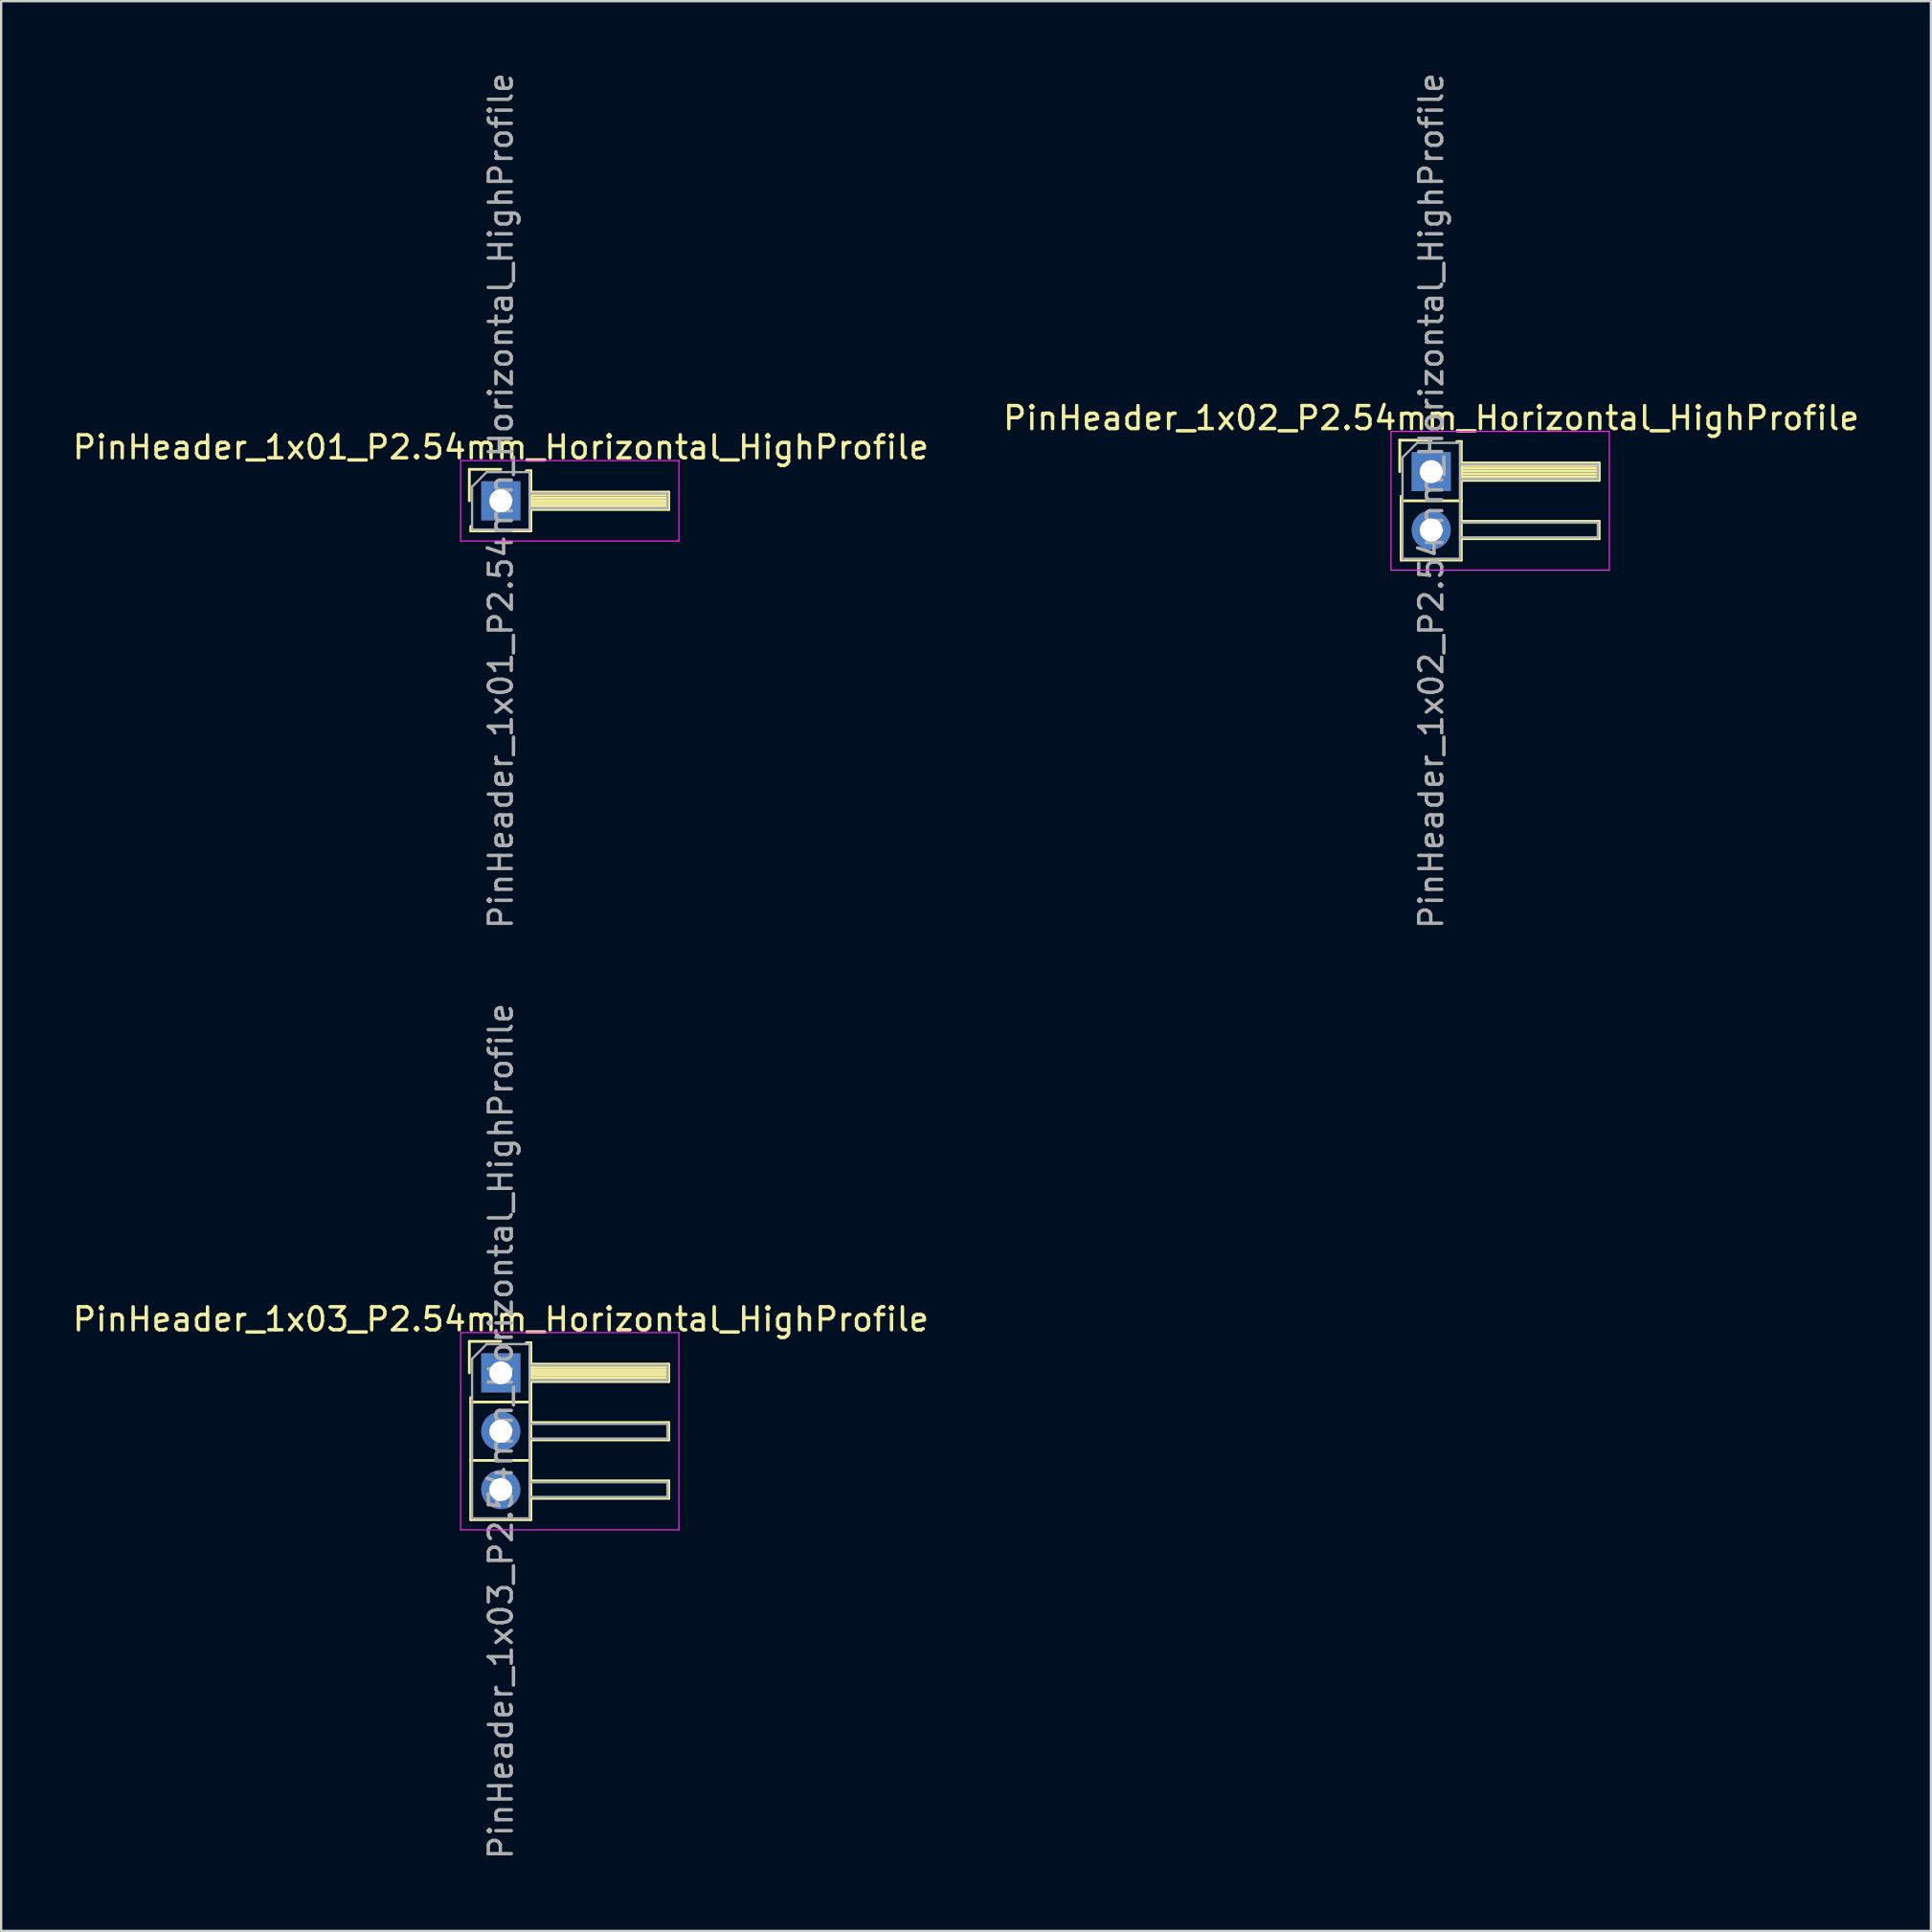
<source format=kicad_pcb>
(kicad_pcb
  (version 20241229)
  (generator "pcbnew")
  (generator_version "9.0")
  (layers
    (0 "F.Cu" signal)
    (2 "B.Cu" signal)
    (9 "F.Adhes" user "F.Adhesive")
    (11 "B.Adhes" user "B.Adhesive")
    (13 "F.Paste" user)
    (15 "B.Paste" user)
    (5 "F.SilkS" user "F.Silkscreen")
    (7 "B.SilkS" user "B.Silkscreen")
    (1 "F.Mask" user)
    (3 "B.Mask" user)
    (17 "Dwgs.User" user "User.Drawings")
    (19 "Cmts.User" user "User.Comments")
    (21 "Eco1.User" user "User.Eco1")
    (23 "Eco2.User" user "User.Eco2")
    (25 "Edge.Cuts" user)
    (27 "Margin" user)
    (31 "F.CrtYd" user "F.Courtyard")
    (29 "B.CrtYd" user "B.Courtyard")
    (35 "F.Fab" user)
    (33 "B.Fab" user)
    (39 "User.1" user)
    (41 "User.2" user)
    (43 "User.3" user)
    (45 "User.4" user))
  (footprint "PinHeader_1x03_P2.54mm_Horizontal_HighProfile"
    (layer "F.Cu")
    (at 18.744 56.692)
    (property "Reference" "PinHeader_1x03_P2.54mm_Horizontal_HighProfile" (at 0 -2.33 0) (layer "F.SilkS") (effects (font (size 1 1) (thickness 0.15))))
    (attr through_hole)
    (fp_line (start -1.37 -1.37) (end -1.37 0) (stroke (width 0.12) (type solid)) (layer "F.SilkS"))
    (fp_line (start -1.37 -1.37) (end 0 -1.37) (stroke (width 0.12) (type solid)) (layer "F.SilkS"))
    (fp_line (start -1.31 1.27) (end -1.31 1.07) (stroke (width 0.12) (type solid)) (layer "F.SilkS"))
    (fp_line (start -1.31 1.27) (end -1.31 3.81) (stroke (width 0.12) (type solid)) (layer "F.SilkS"))
    (fp_line (start -1.31 1.27) (end 1.31 1.27) (stroke (width 0.12) (type solid)) (layer "F.SilkS"))
    (fp_line (start -1.31 3.81) (end -1.31 6.39) (stroke (width 0.12) (type solid)) (layer "F.SilkS"))
    (fp_line (start -1.31 3.81) (end 1.31 3.81) (stroke (width 0.12) (type solid)) (layer "F.SilkS"))
    (fp_line (start -1.31 6.39) (end 1.31 6.39) (stroke (width 0.12) (type solid)) (layer "F.SilkS"))
    (fp_line (start 1.11 -1.31) (end 1.31 -1.31) (stroke (width 0.12) (type solid)) (layer "F.SilkS"))
    (fp_line (start 1.31 -1.31) (end 1.31 1.31) (stroke (width 0.12) (type solid)) (layer "F.SilkS"))
    (fp_line (start 1.31 -0.38) (end 7.31 -0.38) (stroke (width 0.12) (type solid)) (layer "F.SilkS"))
    (fp_line (start 1.31 -0.26) (end 7.31 -0.26) (stroke (width 0.12) (type solid)) (layer "F.SilkS"))
    (fp_line (start 1.31 -0.14) (end 7.31 -0.14) (stroke (width 0.12) (type solid)) (layer "F.SilkS"))
    (fp_line (start 1.31 -0.02) (end 7.31 -0.02) (stroke (width 0.12) (type solid)) (layer "F.SilkS"))
    (fp_line (start 1.31 0.1) (end 7.31 0.1) (stroke (width 0.12) (type solid)) (layer "F.SilkS"))
    (fp_line (start 1.31 0.22) (end 7.31 0.22) (stroke (width 0.12) (type solid)) (layer "F.SilkS"))
    (fp_line (start 1.31 0.34) (end 7.31 0.34) (stroke (width 0.12) (type solid)) (layer "F.SilkS"))
    (fp_line (start 1.31 0.38) (end 7.31 0.38) (stroke (width 0.12) (type solid)) (layer "F.SilkS"))
    (fp_line (start 1.31 1.27) (end 1.31 3.81) (stroke (width 0.12) (type solid)) (layer "F.SilkS"))
    (fp_line (start 1.31 2.16) (end 7.31 2.16) (stroke (width 0.12) (type solid)) (layer "F.SilkS"))
    (fp_line (start 1.31 2.92) (end 7.31 2.92) (stroke (width 0.12) (type solid)) (layer "F.SilkS"))
    (fp_line (start 1.31 3.81) (end 1.31 6.39) (stroke (width 0.12) (type solid)) (layer "F.SilkS"))
    (fp_line (start 1.31 4.7) (end 7.31 4.7) (stroke (width 0.12) (type solid)) (layer "F.SilkS"))
    (fp_line (start 1.31 5.46) (end 7.31 5.46) (stroke (width 0.12) (type solid)) (layer "F.SilkS"))
    (fp_line (start 7.31 -0.38) (end 7.31 0.38) (stroke (width 0.12) (type solid)) (layer "F.SilkS"))
    (fp_line (start 7.31 2.16) (end 7.31 2.92) (stroke (width 0.12) (type solid)) (layer "F.SilkS"))
    (fp_line (start 7.31 4.7) (end 7.31 5.46) (stroke (width 0.12) (type solid)) (layer "F.SilkS"))
    (fp_line (start -1.75 -1.75) (end -1.75 6.83) (stroke (width 0.05) (type solid)) (layer "F.CrtYd"))
    (fp_line (start -1.75 -1.75) (end 7.75 -1.75) (stroke (width 0.05) (type solid)) (layer "F.CrtYd"))
    (fp_line (start -1.75 6.83) (end 7.75 6.83) (stroke (width 0.05) (type solid)) (layer "F.CrtYd"))
    (fp_line (start 7.75 -1.75) (end 7.75 6.83) (stroke (width 0.05) (type solid)) (layer "F.CrtYd"))
    (fp_line (start -1.25 -0.615) (end -1.25 6.33) (stroke (width 0.1) (type solid)) (layer "F.Fab"))
    (fp_line (start -1.25 -0.615) (end -0.615 -1.25) (stroke (width 0.1) (type solid)) (layer "F.Fab"))
    (fp_line (start -1.25 6.33) (end 1.25 6.33) (stroke (width 0.1) (type solid)) (layer "F.Fab"))
    (fp_line (start -0.615 -1.25) (end 1.25 -1.25) (stroke (width 0.1) (type solid)) (layer "F.Fab"))
    (fp_line (start 1.25 -1.25) (end 1.25 6.33) (stroke (width 0.1) (type solid)) (layer "F.Fab"))
    (fp_line (start 1.25 -0.32) (end 7.25 -0.32) (stroke (width 0.1) (type solid)) (layer "F.Fab"))
    (fp_line (start 1.25 0.32) (end 7.25 0.32) (stroke (width 0.1) (type solid)) (layer "F.Fab"))
    (fp_line (start 1.25 2.22) (end 7.25 2.22) (stroke (width 0.1) (type solid)) (layer "F.Fab"))
    (fp_line (start 1.25 2.86) (end 7.25 2.86) (stroke (width 0.1) (type solid)) (layer "F.Fab"))
    (fp_line (start 1.25 4.76) (end 7.25 4.76) (stroke (width 0.1) (type solid)) (layer "F.Fab"))
    (fp_line (start 1.25 5.4) (end 7.25 5.4) (stroke (width 0.1) (type solid)) (layer "F.Fab"))
    (fp_line (start 7.25 -0.32) (end 7.25 0.32) (stroke (width 0.1) (type solid)) (layer "F.Fab"))
    (fp_line (start 7.25 2.22) (end 7.25 2.86) (stroke (width 0.1) (type solid)) (layer "F.Fab"))
    (fp_line (start 7.25 4.76) (end 7.25 5.4) (stroke (width 0.1) (type solid)) (layer "F.Fab"))
    (fp_text user "${REFERENCE}" (at 0 2.54 90) (layer "F.Fab") (effects (font (size 1 1) (thickness 0.15))))
    (pad "1" thru_hole rect (at 0 0) (size 1.7 1.7) (drill 1) (layers "*.Cu" "*.Mask"))
    (pad "2" thru_hole oval (at 0 2.54) (size 1.7 1.7) (drill 1) (layers "*.Cu" "*.Mask"))
    (pad "3" thru_hole oval (at 0 5.08) (size 1.7 1.7) (drill 1) (layers "*.Cu" "*.Mask")))
  (footprint "PinHeader_1x02_P2.54mm_Horizontal_HighProfile"
    (layer "F.Cu")
    (at 59.232 17.474)
    (property "Reference" "PinHeader_1x02_P2.54mm_Horizontal_HighProfile" (at 0 -2.33 0) (layer "F.SilkS") (effects (font (size 1 1) (thickness 0.15))))
    (attr through_hole)
    (fp_line (start -1.37 -1.37) (end -1.37 0) (stroke (width 0.12) (type solid)) (layer "F.SilkS"))
    (fp_line (start -1.37 -1.37) (end 0 -1.37) (stroke (width 0.12) (type solid)) (layer "F.SilkS"))
    (fp_line (start -1.31 1.27) (end -1.31 1.07) (stroke (width 0.12) (type solid)) (layer "F.SilkS"))
    (fp_line (start -1.31 1.27) (end -1.31 3.85) (stroke (width 0.12) (type solid)) (layer "F.SilkS"))
    (fp_line (start -1.31 1.27) (end 1.31 1.27) (stroke (width 0.12) (type solid)) (layer "F.SilkS"))
    (fp_line (start -1.31 3.85) (end 1.31 3.85) (stroke (width 0.12) (type solid)) (layer "F.SilkS"))
    (fp_line (start 1.11 -1.31) (end 1.31 -1.31) (stroke (width 0.12) (type solid)) (layer "F.SilkS"))
    (fp_line (start 1.31 -1.31) (end 1.31 1.31) (stroke (width 0.12) (type solid)) (layer "F.SilkS"))
    (fp_line (start 1.31 -0.38) (end 7.31 -0.38) (stroke (width 0.12) (type solid)) (layer "F.SilkS"))
    (fp_line (start 1.31 -0.26) (end 7.31 -0.26) (stroke (width 0.12) (type solid)) (layer "F.SilkS"))
    (fp_line (start 1.31 -0.14) (end 7.31 -0.14) (stroke (width 0.12) (type solid)) (layer "F.SilkS"))
    (fp_line (start 1.31 -0.02) (end 7.31 -0.02) (stroke (width 0.12) (type solid)) (layer "F.SilkS"))
    (fp_line (start 1.31 0.1) (end 7.31 0.1) (stroke (width 0.12) (type solid)) (layer "F.SilkS"))
    (fp_line (start 1.31 0.22) (end 7.31 0.22) (stroke (width 0.12) (type solid)) (layer "F.SilkS"))
    (fp_line (start 1.31 0.34) (end 7.31 0.34) (stroke (width 0.12) (type solid)) (layer "F.SilkS"))
    (fp_line (start 1.31 0.38) (end 7.31 0.38) (stroke (width 0.12) (type solid)) (layer "F.SilkS"))
    (fp_line (start 1.31 1.27) (end 1.31 3.85) (stroke (width 0.12) (type solid)) (layer "F.SilkS"))
    (fp_line (start 1.31 2.16) (end 7.31 2.16) (stroke (width 0.12) (type solid)) (layer "F.SilkS"))
    (fp_line (start 1.31 2.92) (end 7.31 2.92) (stroke (width 0.12) (type solid)) (layer "F.SilkS"))
    (fp_line (start 7.31 -0.38) (end 7.31 0.38) (stroke (width 0.12) (type solid)) (layer "F.SilkS"))
    (fp_line (start 7.31 2.16) (end 7.31 2.92) (stroke (width 0.12) (type solid)) (layer "F.SilkS"))
    (fp_line (start -1.75 -1.75) (end -1.75 4.29) (stroke (width 0.05) (type solid)) (layer "F.CrtYd"))
    (fp_line (start -1.75 -1.75) (end 7.75 -1.75) (stroke (width 0.05) (type solid)) (layer "F.CrtYd"))
    (fp_line (start -1.75 4.29) (end 7.75 4.29) (stroke (width 0.05) (type solid)) (layer "F.CrtYd"))
    (fp_line (start 7.75 -1.75) (end 7.75 4.29) (stroke (width 0.05) (type solid)) (layer "F.CrtYd"))
    (fp_line (start -1.25 -0.615) (end -1.25 3.79) (stroke (width 0.1) (type solid)) (layer "F.Fab"))
    (fp_line (start -1.25 -0.615) (end -0.615 -1.25) (stroke (width 0.1) (type solid)) (layer "F.Fab"))
    (fp_line (start -1.25 3.79) (end 1.25 3.79) (stroke (width 0.1) (type solid)) (layer "F.Fab"))
    (fp_line (start -0.615 -1.25) (end 1.25 -1.25) (stroke (width 0.1) (type solid)) (layer "F.Fab"))
    (fp_line (start 1.25 -1.25) (end 1.25 3.79) (stroke (width 0.1) (type solid)) (layer "F.Fab"))
    (fp_line (start 1.25 -0.32) (end 7.25 -0.32) (stroke (width 0.1) (type solid)) (layer "F.Fab"))
    (fp_line (start 1.25 0.32) (end 7.25 0.32) (stroke (width 0.1) (type solid)) (layer "F.Fab"))
    (fp_line (start 1.25 2.22) (end 7.25 2.22) (stroke (width 0.1) (type solid)) (layer "F.Fab"))
    (fp_line (start 1.25 2.86) (end 7.25 2.86) (stroke (width 0.1) (type solid)) (layer "F.Fab"))
    (fp_line (start 7.25 -0.32) (end 7.25 0.32) (stroke (width 0.1) (type solid)) (layer "F.Fab"))
    (fp_line (start 7.25 2.22) (end 7.25 2.86) (stroke (width 0.1) (type solid)) (layer "F.Fab"))
    (fp_text user "${REFERENCE}" (at 0 1.27 90) (layer "F.Fab") (effects (font (size 1 1) (thickness 0.15))))
    (pad "1" thru_hole rect (at 0 0) (size 1.7 1.7) (drill 1) (layers "*.Cu" "*.Mask"))
    (pad "2" thru_hole oval (at 0 2.54) (size 1.7 1.7) (drill 1) (layers "*.Cu" "*.Mask")))
  (footprint "PinHeader_1x01_P2.54mm_Horizontal_HighProfile"
    (layer "F.Cu")
    (at 18.744 18.744)
    (property "Reference" "PinHeader_1x01_P2.54mm_Horizontal_HighProfile" (at 0 -2.33 0) (layer "F.SilkS") (effects (font (size 1 1) (thickness 0.15))))
    (attr through_hole)
    (fp_line (start -1.37 -1.37) (end -1.37 0) (stroke (width 0.12) (type solid)) (layer "F.SilkS"))
    (fp_line (start -1.37 -1.37) (end 0 -1.37) (stroke (width 0.12) (type solid)) (layer "F.SilkS"))
    (fp_line (start -1.31 1.31) (end -1.31 1.11) (stroke (width 0.12) (type solid)) (layer "F.SilkS"))
    (fp_line (start -1.31 1.31) (end 1.31 1.31) (stroke (width 0.12) (type solid)) (layer "F.SilkS"))
    (fp_line (start 1.11 -1.31) (end 1.31 -1.31) (stroke (width 0.12) (type solid)) (layer "F.SilkS"))
    (fp_line (start 1.31 -1.31) (end 1.31 1.31) (stroke (width 0.12) (type solid)) (layer "F.SilkS"))
    (fp_line (start 1.31 -0.38) (end 7.31 -0.38) (stroke (width 0.12) (type solid)) (layer "F.SilkS"))
    (fp_line (start 1.31 -0.26) (end 7.31 -0.26) (stroke (width 0.12) (type solid)) (layer "F.SilkS"))
    (fp_line (start 1.31 -0.14) (end 7.31 -0.14) (stroke (width 0.12) (type solid)) (layer "F.SilkS"))
    (fp_line (start 1.31 -0.02) (end 7.31 -0.02) (stroke (width 0.12) (type solid)) (layer "F.SilkS"))
    (fp_line (start 1.31 0.1) (end 7.31 0.1) (stroke (width 0.12) (type solid)) (layer "F.SilkS"))
    (fp_line (start 1.31 0.22) (end 7.31 0.22) (stroke (width 0.12) (type solid)) (layer "F.SilkS"))
    (fp_line (start 1.31 0.34) (end 7.31 0.34) (stroke (width 0.12) (type solid)) (layer "F.SilkS"))
    (fp_line (start 1.31 0.38) (end 7.31 0.38) (stroke (width 0.12) (type solid)) (layer "F.SilkS"))
    (fp_line (start 7.31 -0.38) (end 7.31 0.38) (stroke (width 0.12) (type solid)) (layer "F.SilkS"))
    (fp_line (start -1.75 -1.75) (end -1.75 1.75) (stroke (width 0.05) (type solid)) (layer "F.CrtYd"))
    (fp_line (start -1.75 -1.75) (end 7.75 -1.75) (stroke (width 0.05) (type solid)) (layer "F.CrtYd"))
    (fp_line (start -1.75 1.75) (end 7.75 1.75) (stroke (width 0.05) (type solid)) (layer "F.CrtYd"))
    (fp_line (start 7.75 -1.75) (end 7.75 1.75) (stroke (width 0.05) (type solid)) (layer "F.CrtYd"))
    (fp_line (start -1.25 -0.615) (end -1.25 1.25) (stroke (width 0.1) (type solid)) (layer "F.Fab"))
    (fp_line (start -1.25 -0.615) (end -0.615 -1.25) (stroke (width 0.1) (type solid)) (layer "F.Fab"))
    (fp_line (start -1.25 1.25) (end 1.25 1.25) (stroke (width 0.1) (type solid)) (layer "F.Fab"))
    (fp_line (start -0.615 -1.25) (end 1.25 -1.25) (stroke (width 0.1) (type solid)) (layer "F.Fab"))
    (fp_line (start 1.25 -1.25) (end 1.25 1.25) (stroke (width 0.1) (type solid)) (layer "F.Fab"))
    (fp_line (start 1.25 -0.32) (end 7.25 -0.32) (stroke (width 0.1) (type solid)) (layer "F.Fab"))
    (fp_line (start 1.25 0.32) (end 7.25 0.32) (stroke (width 0.1) (type solid)) (layer "F.Fab"))
    (fp_line (start 7.25 -0.32) (end 7.25 0.32) (stroke (width 0.1) (type solid)) (layer "F.Fab"))
    (fp_text user "${REFERENCE}" (at 0 0 90) (layer "F.Fab") (effects (font (size 1 1) (thickness 0.15))))
    (pad "1" thru_hole rect (at 0 0) (size 1.7 1.7) (drill 1) (layers "*.Cu" "*.Mask")))
  (gr_rect
    (start -3 -3)
    (end 80.976 80.976)
    (stroke (width 0.1) (type default))
    (fill no)
    (layer "Edge.Cuts")))
</source>
